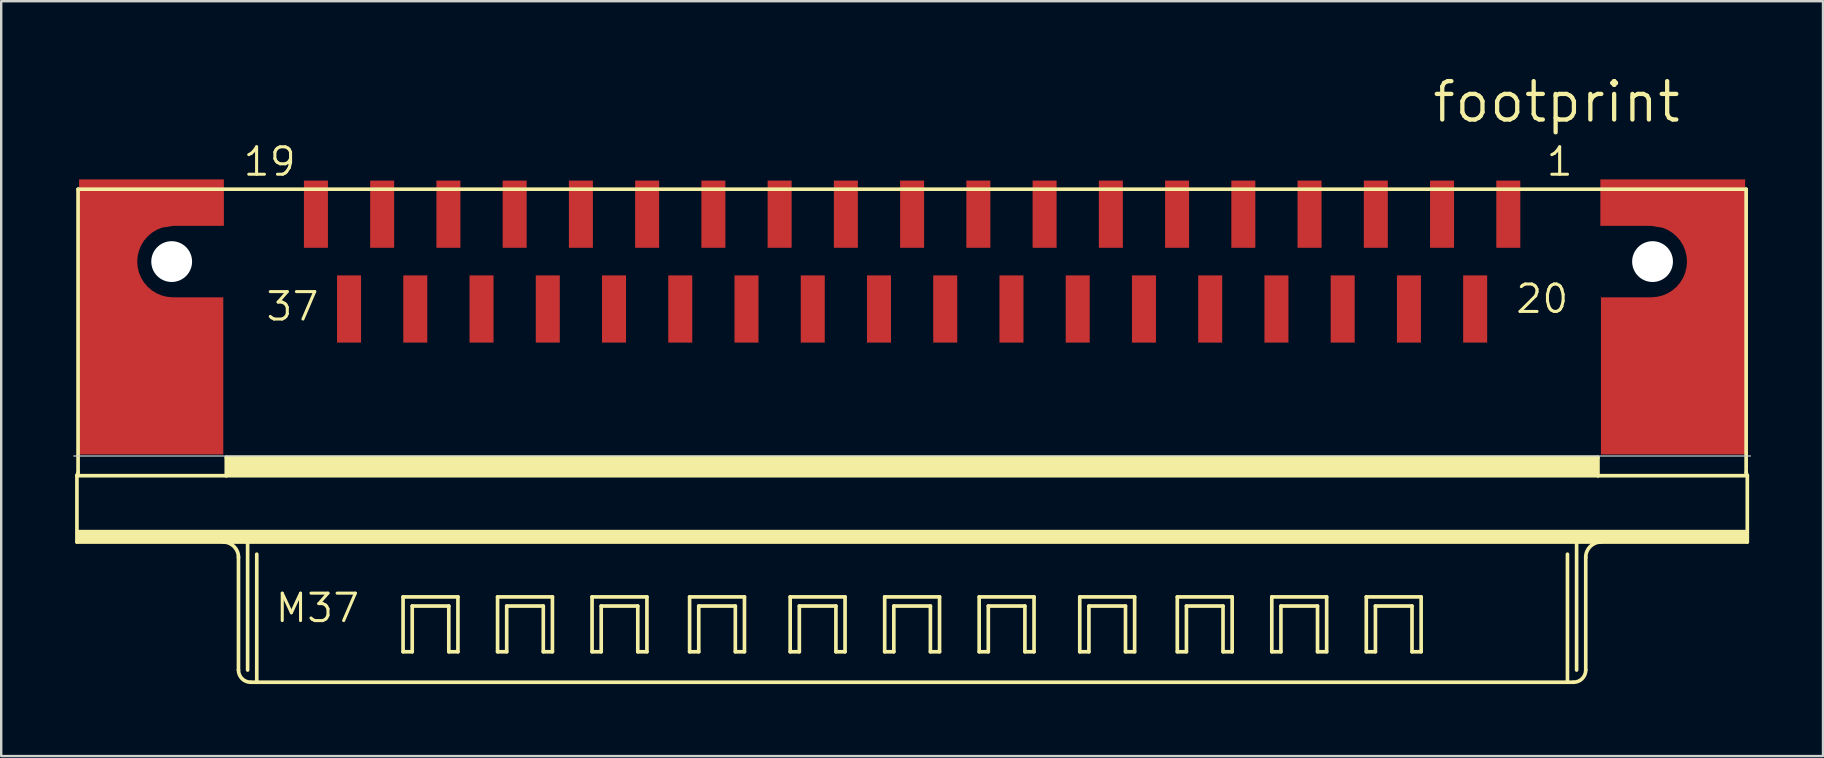
<source format=kicad_pcb>
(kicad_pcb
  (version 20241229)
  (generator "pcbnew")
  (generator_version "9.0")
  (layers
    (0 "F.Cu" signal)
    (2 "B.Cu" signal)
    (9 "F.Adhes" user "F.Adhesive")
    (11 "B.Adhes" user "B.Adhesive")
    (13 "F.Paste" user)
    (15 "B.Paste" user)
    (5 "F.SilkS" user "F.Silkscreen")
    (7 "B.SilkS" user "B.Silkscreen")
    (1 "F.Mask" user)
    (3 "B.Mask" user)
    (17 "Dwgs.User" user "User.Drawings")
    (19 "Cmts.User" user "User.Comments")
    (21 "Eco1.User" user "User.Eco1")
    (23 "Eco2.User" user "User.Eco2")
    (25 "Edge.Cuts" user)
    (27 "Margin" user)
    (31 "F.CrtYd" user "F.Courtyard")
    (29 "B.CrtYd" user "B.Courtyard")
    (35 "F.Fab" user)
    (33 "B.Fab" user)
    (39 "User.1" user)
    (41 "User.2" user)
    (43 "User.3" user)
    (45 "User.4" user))
  (footprint "footprint"
    (layer "F.Cu")
    (at 34.953 7.849)
    (property "Reference" "footprint" (at 21.59 -5.715 0) (layer "F.SilkS") (effects (font (size 1.6 1.6) (thickness 0.178)) (justify left bottom)))
    (fp_poly (pts (xy -28.675 -1.488) (xy -30.79 -1.488) (xy -31.261 -1.413) (xy -31.473 -1.325) (xy -31.672 -1.203) (xy -31.849 -1.052) (xy -32.001 -0.874) (xy -32.123 -0.675) (xy -32.212 -0.46) (xy -32.266 -0.233) (xy -32.285 0) (xy -32.266 0.233) (xy -32.212 0.46) (xy -32.123 0.675) (xy -32.001 0.874) (xy -31.849 1.052) (xy -31.672 1.203) (xy -31.473 1.325) (xy -31.257 1.414) (xy -31.03 1.469) (xy -30.794 1.488) (xy -28.7 1.488) (xy -28.7 8.037) (xy -34.708 8.037) (xy -34.708 -3.425) (xy -28.675 -3.425)) (stroke (width 0) (type solid)) (fill yes) (layer "F.Cu"))
    (fp_poly (pts (xy 34.708 8.037) (xy 28.7 8.037) (xy 28.7 1.488) (xy 30.794 1.488) (xy 31.03 1.469) (xy 31.257 1.414) (xy 31.473 1.325) (xy 31.672 1.203) (xy 31.849 1.052) (xy 32.001 0.874) (xy 32.123 0.675) (xy 32.212 0.46) (xy 32.266 0.233) (xy 32.285 0) (xy 32.266 -0.233) (xy 32.212 -0.46) (xy 32.123 -0.675) (xy 32.001 -0.874) (xy 31.849 -1.052) (xy 31.672 -1.203) (xy 31.473 -1.325) (xy 31.261 -1.413) (xy 30.79 -1.488) (xy 28.675 -1.488) (xy 28.675 -3.425) (xy 34.708 -3.425)) (stroke (width 0) (type solid)) (fill yes) (layer "F.Cu"))
    (fp_line (start -34.798 8.92) (end -34.75 8.793) (stroke (width 0.152) (type solid)) (layer "F.SilkS"))
    (fp_line (start -34.798 11.684) (end -34.798 8.92) (stroke (width 0.152) (type solid)) (layer "F.SilkS"))
    (fp_line (start -34.75 -3.016) (end -34.75 8.793) (stroke (width 0.152) (type solid)) (layer "F.SilkS"))
    (fp_line (start -28.575 8.92) (end -34.798 8.92) (stroke (width 0.152) (type solid)) (layer "F.SilkS"))
    (fp_line (start -28.575 8.92) (end -28.575 8.158) (stroke (width 0.152) (type solid)) (layer "F.SilkS"))
    (fp_line (start -28.067 12.319) (end -28.067 17.018) (stroke (width 0.152) (type solid)) (layer "F.SilkS"))
    (fp_line (start -27.686 11.684) (end -34.798 11.684) (stroke (width 0.152) (type solid)) (layer "F.SilkS"))
    (fp_line (start -27.686 11.684) (end -27.686 17.018) (stroke (width 0.152) (type solid)) (layer "F.SilkS"))
    (fp_line (start -27.305 12.192) (end -27.305 17.526) (stroke (width 0.152) (type solid)) (layer "F.SilkS"))
    (fp_line (start -27.305 17.526) (end -27.559 17.526) (stroke (width 0.152) (type solid)) (layer "F.SilkS"))
    (fp_line (start -21.209 13.97) (end -18.923 13.97) (stroke (width 0.152) (type solid)) (layer "F.SilkS"))
    (fp_line (start -21.209 16.256) (end -21.209 13.97) (stroke (width 0.152) (type solid)) (layer "F.SilkS"))
    (fp_line (start -20.828 14.351) (end -20.828 16.256) (stroke (width 0.152) (type solid)) (layer "F.SilkS"))
    (fp_line (start -20.828 16.256) (end -21.209 16.256) (stroke (width 0.152) (type solid)) (layer "F.SilkS"))
    (fp_line (start -19.304 14.351) (end -20.828 14.351) (stroke (width 0.152) (type solid)) (layer "F.SilkS"))
    (fp_line (start -19.304 16.256) (end -19.304 14.351) (stroke (width 0.152) (type solid)) (layer "F.SilkS"))
    (fp_line (start -18.923 13.97) (end -18.923 16.256) (stroke (width 0.152) (type solid)) (layer "F.SilkS"))
    (fp_line (start -18.923 16.256) (end -19.304 16.256) (stroke (width 0.152) (type solid)) (layer "F.SilkS"))
    (fp_line (start -17.272 13.97) (end -14.986 13.97) (stroke (width 0.152) (type solid)) (layer "F.SilkS"))
    (fp_line (start -17.272 16.256) (end -17.272 13.97) (stroke (width 0.152) (type solid)) (layer "F.SilkS"))
    (fp_line (start -16.891 14.351) (end -16.891 16.256) (stroke (width 0.152) (type solid)) (layer "F.SilkS"))
    (fp_line (start -16.891 16.256) (end -17.272 16.256) (stroke (width 0.152) (type solid)) (layer "F.SilkS"))
    (fp_line (start -15.367 14.351) (end -16.891 14.351) (stroke (width 0.152) (type solid)) (layer "F.SilkS"))
    (fp_line (start -15.367 16.256) (end -15.367 14.351) (stroke (width 0.152) (type solid)) (layer "F.SilkS"))
    (fp_line (start -14.986 13.97) (end -14.986 16.256) (stroke (width 0.152) (type solid)) (layer "F.SilkS"))
    (fp_line (start -14.986 16.256) (end -15.367 16.256) (stroke (width 0.152) (type solid)) (layer "F.SilkS"))
    (fp_line (start -13.335 13.97) (end -11.049 13.97) (stroke (width 0.152) (type solid)) (layer "F.SilkS"))
    (fp_line (start -13.335 16.256) (end -13.335 13.97) (stroke (width 0.152) (type solid)) (layer "F.SilkS"))
    (fp_line (start -12.954 14.351) (end -12.954 16.256) (stroke (width 0.152) (type solid)) (layer "F.SilkS"))
    (fp_line (start -12.954 16.256) (end -13.335 16.256) (stroke (width 0.152) (type solid)) (layer "F.SilkS"))
    (fp_line (start -11.43 14.351) (end -12.954 14.351) (stroke (width 0.152) (type solid)) (layer "F.SilkS"))
    (fp_line (start -11.43 16.256) (end -11.43 14.351) (stroke (width 0.152) (type solid)) (layer "F.SilkS"))
    (fp_line (start -11.049 13.97) (end -11.049 16.256) (stroke (width 0.152) (type solid)) (layer "F.SilkS"))
    (fp_line (start -11.049 16.256) (end -11.43 16.256) (stroke (width 0.152) (type solid)) (layer "F.SilkS"))
    (fp_line (start -9.271 13.97) (end -6.985 13.97) (stroke (width 0.152) (type solid)) (layer "F.SilkS"))
    (fp_line (start -9.271 16.256) (end -9.271 13.97) (stroke (width 0.152) (type solid)) (layer "F.SilkS"))
    (fp_line (start -8.89 14.351) (end -8.89 16.256) (stroke (width 0.152) (type solid)) (layer "F.SilkS"))
    (fp_line (start -8.89 16.256) (end -9.271 16.256) (stroke (width 0.152) (type solid)) (layer "F.SilkS"))
    (fp_line (start -7.366 14.351) (end -8.89 14.351) (stroke (width 0.152) (type solid)) (layer "F.SilkS"))
    (fp_line (start -7.366 16.256) (end -7.366 14.351) (stroke (width 0.152) (type solid)) (layer "F.SilkS"))
    (fp_line (start -6.985 13.97) (end -6.985 16.256) (stroke (width 0.152) (type solid)) (layer "F.SilkS"))
    (fp_line (start -6.985 16.256) (end -7.366 16.256) (stroke (width 0.152) (type solid)) (layer "F.SilkS"))
    (fp_line (start -5.08 13.97) (end -2.794 13.97) (stroke (width 0.152) (type solid)) (layer "F.SilkS"))
    (fp_line (start -5.08 16.256) (end -5.08 13.97) (stroke (width 0.152) (type solid)) (layer "F.SilkS"))
    (fp_line (start -4.699 14.351) (end -4.699 16.256) (stroke (width 0.152) (type solid)) (layer "F.SilkS"))
    (fp_line (start -4.699 16.256) (end -5.08 16.256) (stroke (width 0.152) (type solid)) (layer "F.SilkS"))
    (fp_line (start -3.175 14.351) (end -4.699 14.351) (stroke (width 0.152) (type solid)) (layer "F.SilkS"))
    (fp_line (start -3.175 16.256) (end -3.175 14.351) (stroke (width 0.152) (type solid)) (layer "F.SilkS"))
    (fp_line (start -2.794 13.97) (end -2.794 16.256) (stroke (width 0.152) (type solid)) (layer "F.SilkS"))
    (fp_line (start -2.794 16.256) (end -3.175 16.256) (stroke (width 0.152) (type solid)) (layer "F.SilkS"))
    (fp_line (start -1.143 13.97) (end 1.143 13.97) (stroke (width 0.152) (type solid)) (layer "F.SilkS"))
    (fp_line (start -1.143 16.256) (end -1.143 13.97) (stroke (width 0.152) (type solid)) (layer "F.SilkS"))
    (fp_line (start -0.762 14.351) (end -0.762 16.256) (stroke (width 0.152) (type solid)) (layer "F.SilkS"))
    (fp_line (start -0.762 16.256) (end -1.143 16.256) (stroke (width 0.152) (type solid)) (layer "F.SilkS"))
    (fp_line (start 0.762 14.351) (end -0.762 14.351) (stroke (width 0.152) (type solid)) (layer "F.SilkS"))
    (fp_line (start 0.762 16.256) (end 0.762 14.351) (stroke (width 0.152) (type solid)) (layer "F.SilkS"))
    (fp_line (start 1.143 13.97) (end 1.143 16.256) (stroke (width 0.152) (type solid)) (layer "F.SilkS"))
    (fp_line (start 1.143 16.256) (end 0.762 16.256) (stroke (width 0.152) (type solid)) (layer "F.SilkS"))
    (fp_line (start 2.794 13.97) (end 5.08 13.97) (stroke (width 0.152) (type solid)) (layer "F.SilkS"))
    (fp_line (start 2.794 16.256) (end 2.794 13.97) (stroke (width 0.152) (type solid)) (layer "F.SilkS"))
    (fp_line (start 3.175 14.351) (end 3.175 16.256) (stroke (width 0.152) (type solid)) (layer "F.SilkS"))
    (fp_line (start 3.175 16.256) (end 2.794 16.256) (stroke (width 0.152) (type solid)) (layer "F.SilkS"))
    (fp_line (start 4.699 14.351) (end 3.175 14.351) (stroke (width 0.152) (type solid)) (layer "F.SilkS"))
    (fp_line (start 4.699 16.256) (end 4.699 14.351) (stroke (width 0.152) (type solid)) (layer "F.SilkS"))
    (fp_line (start 5.08 13.97) (end 5.08 16.256) (stroke (width 0.152) (type solid)) (layer "F.SilkS"))
    (fp_line (start 5.08 16.256) (end 4.699 16.256) (stroke (width 0.152) (type solid)) (layer "F.SilkS"))
    (fp_line (start 6.985 13.97) (end 9.271 13.97) (stroke (width 0.152) (type solid)) (layer "F.SilkS"))
    (fp_line (start 6.985 16.256) (end 6.985 13.97) (stroke (width 0.152) (type solid)) (layer "F.SilkS"))
    (fp_line (start 7.366 14.351) (end 7.366 16.256) (stroke (width 0.152) (type solid)) (layer "F.SilkS"))
    (fp_line (start 7.366 16.256) (end 6.985 16.256) (stroke (width 0.152) (type solid)) (layer "F.SilkS"))
    (fp_line (start 8.89 14.351) (end 7.366 14.351) (stroke (width 0.152) (type solid)) (layer "F.SilkS"))
    (fp_line (start 8.89 16.256) (end 8.89 14.351) (stroke (width 0.152) (type solid)) (layer "F.SilkS"))
    (fp_line (start 9.271 13.97) (end 9.271 16.256) (stroke (width 0.152) (type solid)) (layer "F.SilkS"))
    (fp_line (start 9.271 16.256) (end 8.89 16.256) (stroke (width 0.152) (type solid)) (layer "F.SilkS"))
    (fp_line (start 11.049 13.97) (end 13.335 13.97) (stroke (width 0.152) (type solid)) (layer "F.SilkS"))
    (fp_line (start 11.049 16.256) (end 11.049 13.97) (stroke (width 0.152) (type solid)) (layer "F.SilkS"))
    (fp_line (start 11.43 14.351) (end 11.43 16.256) (stroke (width 0.152) (type solid)) (layer "F.SilkS"))
    (fp_line (start 11.43 16.256) (end 11.049 16.256) (stroke (width 0.152) (type solid)) (layer "F.SilkS"))
    (fp_line (start 12.954 14.351) (end 11.43 14.351) (stroke (width 0.152) (type solid)) (layer "F.SilkS"))
    (fp_line (start 12.954 16.256) (end 12.954 14.351) (stroke (width 0.152) (type solid)) (layer "F.SilkS"))
    (fp_line (start 13.335 13.97) (end 13.335 16.256) (stroke (width 0.152) (type solid)) (layer "F.SilkS"))
    (fp_line (start 13.335 16.256) (end 12.954 16.256) (stroke (width 0.152) (type solid)) (layer "F.SilkS"))
    (fp_line (start 14.986 13.97) (end 17.272 13.97) (stroke (width 0.152) (type solid)) (layer "F.SilkS"))
    (fp_line (start 14.986 16.256) (end 14.986 13.97) (stroke (width 0.152) (type solid)) (layer "F.SilkS"))
    (fp_line (start 15.367 14.351) (end 15.367 16.256) (stroke (width 0.152) (type solid)) (layer "F.SilkS"))
    (fp_line (start 15.367 16.256) (end 14.986 16.256) (stroke (width 0.152) (type solid)) (layer "F.SilkS"))
    (fp_line (start 16.891 14.351) (end 15.367 14.351) (stroke (width 0.152) (type solid)) (layer "F.SilkS"))
    (fp_line (start 16.891 16.256) (end 16.891 14.351) (stroke (width 0.152) (type solid)) (layer "F.SilkS"))
    (fp_line (start 17.272 13.97) (end 17.272 16.256) (stroke (width 0.152) (type solid)) (layer "F.SilkS"))
    (fp_line (start 17.272 16.256) (end 16.891 16.256) (stroke (width 0.152) (type solid)) (layer "F.SilkS"))
    (fp_line (start 18.923 13.97) (end 21.209 13.97) (stroke (width 0.152) (type solid)) (layer "F.SilkS"))
    (fp_line (start 18.923 16.256) (end 18.923 13.97) (stroke (width 0.152) (type solid)) (layer "F.SilkS"))
    (fp_line (start 19.304 14.351) (end 19.304 16.256) (stroke (width 0.152) (type solid)) (layer "F.SilkS"))
    (fp_line (start 19.304 16.256) (end 18.923 16.256) (stroke (width 0.152) (type solid)) (layer "F.SilkS"))
    (fp_line (start 20.828 14.351) (end 19.304 14.351) (stroke (width 0.152) (type solid)) (layer "F.SilkS"))
    (fp_line (start 20.828 16.256) (end 20.828 14.351) (stroke (width 0.152) (type solid)) (layer "F.SilkS"))
    (fp_line (start 21.209 13.97) (end 21.209 16.256) (stroke (width 0.152) (type solid)) (layer "F.SilkS"))
    (fp_line (start 21.209 16.256) (end 20.828 16.256) (stroke (width 0.152) (type solid)) (layer "F.SilkS"))
    (fp_line (start 27.305 12.192) (end 27.305 17.526) (stroke (width 0.152) (type solid)) (layer "F.SilkS"))
    (fp_line (start 27.305 17.526) (end -27.305 17.526) (stroke (width 0.152) (type solid)) (layer "F.SilkS"))
    (fp_line (start 27.559 17.526) (end 27.305 17.526) (stroke (width 0.152) (type solid)) (layer "F.SilkS"))
    (fp_line (start 27.686 11.684) (end -27.686 11.684) (stroke (width 0.152) (type solid)) (layer "F.SilkS"))
    (fp_line (start 27.686 11.684) (end 27.686 17.018) (stroke (width 0.152) (type solid)) (layer "F.SilkS"))
    (fp_line (start 28.067 12.319) (end 28.067 17.018) (stroke (width 0.152) (type solid)) (layer "F.SilkS"))
    (fp_line (start 28.575 8.158) (end -28.575 8.158) (stroke (width 0.152) (type solid)) (layer "F.SilkS"))
    (fp_line (start 28.575 8.92) (end -28.575 8.92) (stroke (width 0.152) (type solid)) (layer "F.SilkS"))
    (fp_line (start 28.575 8.92) (end 28.575 8.158) (stroke (width 0.152) (type solid)) (layer "F.SilkS"))
    (fp_line (start 34.75 -3.016) (end -34.75 -3.016) (stroke (width 0.152) (type solid)) (layer "F.SilkS"))
    (fp_line (start 34.75 -3.016) (end 34.75 8.793) (stroke (width 0.152) (type solid)) (layer "F.SilkS"))
    (fp_line (start 34.798 8.92) (end 28.575 8.92) (stroke (width 0.152) (type solid)) (layer "F.SilkS"))
    (fp_line (start 34.798 8.92) (end 34.75 8.793) (stroke (width 0.152) (type solid)) (layer "F.SilkS"))
    (fp_line (start 34.798 8.92) (end 34.798 11.684) (stroke (width 0.152) (type solid)) (layer "F.SilkS"))
    (fp_line (start 34.798 11.684) (end 27.686 11.684) (stroke (width 0.152) (type solid)) (layer "F.SilkS"))
    (fp_arc (start -28.702 11.684) (mid -28.252987 11.869987) (end -28.067 12.319) (stroke (width 0.1524) (type solid)) (layer "F.SilkS"))
    (fp_arc (start -27.559 17.526) (mid -27.91821 17.37721) (end -28.067 17.018) (stroke (width 0.1524) (type solid)) (layer "F.SilkS"))
    (fp_arc (start 28.067 12.319) (mid 28.252987 11.869987) (end 28.702 11.684) (stroke (width 0.1524) (type solid)) (layer "F.SilkS"))
    (fp_arc (start 28.067 17.018) (mid 27.91821 17.37721) (end 27.559 17.526) (stroke (width 0.1524) (type solid)) (layer "F.SilkS"))
    (fp_poly (pts (xy -34.798 11.684) (xy 34.798 11.684) (xy 34.798 11.176) (xy -34.798 11.176)) (stroke (width 0) (type solid)) (fill yes) (layer "F.SilkS"))
    (fp_poly (pts (xy -28.575 8.92) (xy 28.575 8.92) (xy 28.575 8.158) (xy -28.575 8.158)) (stroke (width 0) (type solid)) (fill yes) (layer "F.SilkS"))
    (fp_line (start -34.928 8.1) (end 34.928 8.1) (stroke (width 0.05) (type solid)) (layer "Edge.Cuts"))
    (fp_text user "M37" (at -26.599 15.104 0) (layer "F.SilkS") (effects (font (size 1.143 1.143) (thickness 0.127)) (justify left bottom)))
    (fp_text user "20" (at 25.082 2.223 0) (layer "F.SilkS") (effects (font (size 1.143 1.143) (thickness 0.127)) (justify left bottom)))
    (fp_text user "1" (at 26.352 -3.493 0) (layer "F.SilkS") (effects (font (size 1.143 1.143) (thickness 0.127)) (justify left bottom)))
    (fp_text user "37" (at -26.988 2.54 0) (layer "F.SilkS") (effects (font (size 1.143 1.143) (thickness 0.127)) (justify left bottom)))
    (fp_text user "19" (at -27.94 -3.493 0) (layer "F.SilkS") (effects (font (size 1.143 1.143) (thickness 0.127)) (justify left bottom)))
    (pad "" np_thru_hole circle (at -30.85 0) (size 1.7 1.7) (drill 1.7) (layers "*.Cu" "*.Mask"))
    (pad "" np_thru_hole circle (at 30.85 0) (size 1.7 1.7) (drill 1.7) (layers "*.Cu" "*.Mask"))
    (pad "1" smd rect (at 24.84 -1.975) (size 1 2.8) (layers "F.Cu" "F.Mask" "F.Paste"))
    (pad "2" smd rect (at 22.08 -1.975) (size 1 2.8) (layers "F.Cu" "F.Mask" "F.Paste"))
    (pad "3" smd rect (at 19.32 -1.975) (size 1 2.8) (layers "F.Cu" "F.Mask" "F.Paste"))
    (pad "4" smd rect (at 16.56 -1.975) (size 1 2.8) (layers "F.Cu" "F.Mask" "F.Paste"))
    (pad "5" smd rect (at 13.8 -1.975) (size 1 2.8) (layers "F.Cu" "F.Mask" "F.Paste"))
    (pad "6" smd rect (at 11.04 -1.975) (size 1 2.8) (layers "F.Cu" "F.Mask" "F.Paste"))
    (pad "7" smd rect (at 8.28 -1.975) (size 1 2.8) (layers "F.Cu" "F.Mask" "F.Paste"))
    (pad "8" smd rect (at 5.52 -1.975) (size 1 2.8) (layers "F.Cu" "F.Mask" "F.Paste"))
    (pad "9" smd rect (at 2.76 -1.975) (size 1 2.8) (layers "F.Cu" "F.Mask" "F.Paste"))
    (pad "10" smd rect (at 0 -1.975) (size 1 2.8) (layers "F.Cu" "F.Mask" "F.Paste"))
    (pad "11" smd rect (at -2.76 -1.975) (size 1 2.8) (layers "F.Cu" "F.Mask" "F.Paste"))
    (pad "12" smd rect (at -5.52 -1.975) (size 1 2.8) (layers "F.Cu" "F.Mask" "F.Paste"))
    (pad "13" smd rect (at -8.28 -1.975) (size 1 2.8) (layers "F.Cu" "F.Mask" "F.Paste"))
    (pad "14" smd rect (at -11.04 -1.975) (size 1 2.8) (layers "F.Cu" "F.Mask" "F.Paste"))
    (pad "15" smd rect (at -13.8 -1.975) (size 1 2.8) (layers "F.Cu" "F.Mask" "F.Paste"))
    (pad "16" smd rect (at -16.56 -1.975) (size 1 2.8) (layers "F.Cu" "F.Mask" "F.Paste"))
    (pad "17" smd rect (at -19.32 -1.975) (size 1 2.8) (layers "F.Cu" "F.Mask" "F.Paste"))
    (pad "18" smd rect (at -22.08 -1.975) (size 1 2.8) (layers "F.Cu" "F.Mask" "F.Paste"))
    (pad "19" smd rect (at -24.84 -1.975) (size 1 2.8) (layers "F.Cu" "F.Mask" "F.Paste"))
    (pad "20" smd rect (at 23.46 1.975) (size 1 2.8) (layers "F.Cu" "F.Mask" "F.Paste"))
    (pad "21" smd rect (at 20.7 1.975) (size 1 2.8) (layers "F.Cu" "F.Mask" "F.Paste"))
    (pad "22" smd rect (at 17.94 1.975) (size 1 2.8) (layers "F.Cu" "F.Mask" "F.Paste"))
    (pad "23" smd rect (at 15.18 1.975) (size 1 2.8) (layers "F.Cu" "F.Mask" "F.Paste"))
    (pad "24" smd rect (at 12.42 1.975) (size 1 2.8) (layers "F.Cu" "F.Mask" "F.Paste"))
    (pad "25" smd rect (at 9.66 1.975) (size 1 2.8) (layers "F.Cu" "F.Mask" "F.Paste"))
    (pad "26" smd rect (at 6.9 1.975) (size 1 2.8) (layers "F.Cu" "F.Mask" "F.Paste"))
    (pad "27" smd rect (at 4.14 1.975) (size 1 2.8) (layers "F.Cu" "F.Mask" "F.Paste"))
    (pad "28" smd rect (at 1.38 1.975) (size 1 2.8) (layers "F.Cu" "F.Mask" "F.Paste"))
    (pad "29" smd rect (at -1.38 1.975) (size 1 2.8) (layers "F.Cu" "F.Mask" "F.Paste"))
    (pad "30" smd rect (at -4.14 1.975) (size 1 2.8) (layers "F.Cu" "F.Mask" "F.Paste"))
    (pad "31" smd rect (at -6.9 1.975) (size 1 2.8) (layers "F.Cu" "F.Mask" "F.Paste"))
    (pad "32" smd rect (at -9.66 1.975) (size 1 2.8) (layers "F.Cu" "F.Mask" "F.Paste"))
    (pad "33" smd rect (at -12.42 1.975) (size 1 2.8) (layers "F.Cu" "F.Mask" "F.Paste"))
    (pad "34" smd rect (at -15.18 1.975) (size 1 2.8) (layers "F.Cu" "F.Mask" "F.Paste"))
    (pad "35" smd rect (at -17.94 1.975) (size 1 2.8) (layers "F.Cu" "F.Mask" "F.Paste"))
    (pad "36" smd rect (at -20.7 1.975) (size 1 2.8) (layers "F.Cu" "F.Mask" "F.Paste"))
    (pad "37" smd rect (at -23.46 1.975) (size 1 2.8) (layers "F.Cu" "F.Mask" "F.Paste"))
    (pad "S@1" smd rect (at 31.725 2.65) (size 1 1) (layers "F.Cu" "F.Mask" "F.Paste"))
    (pad "S@2" smd rect (at -31.725 2.625) (size 1 1) (layers "F.Cu" "F.Mask" "F.Paste")))
  (gr_rect
    (start -3 -3)
    (end 72.905 28.451)
    (stroke (width 0.1) (type default))
    (fill no)
    (layer "Edge.Cuts")))
</source>
